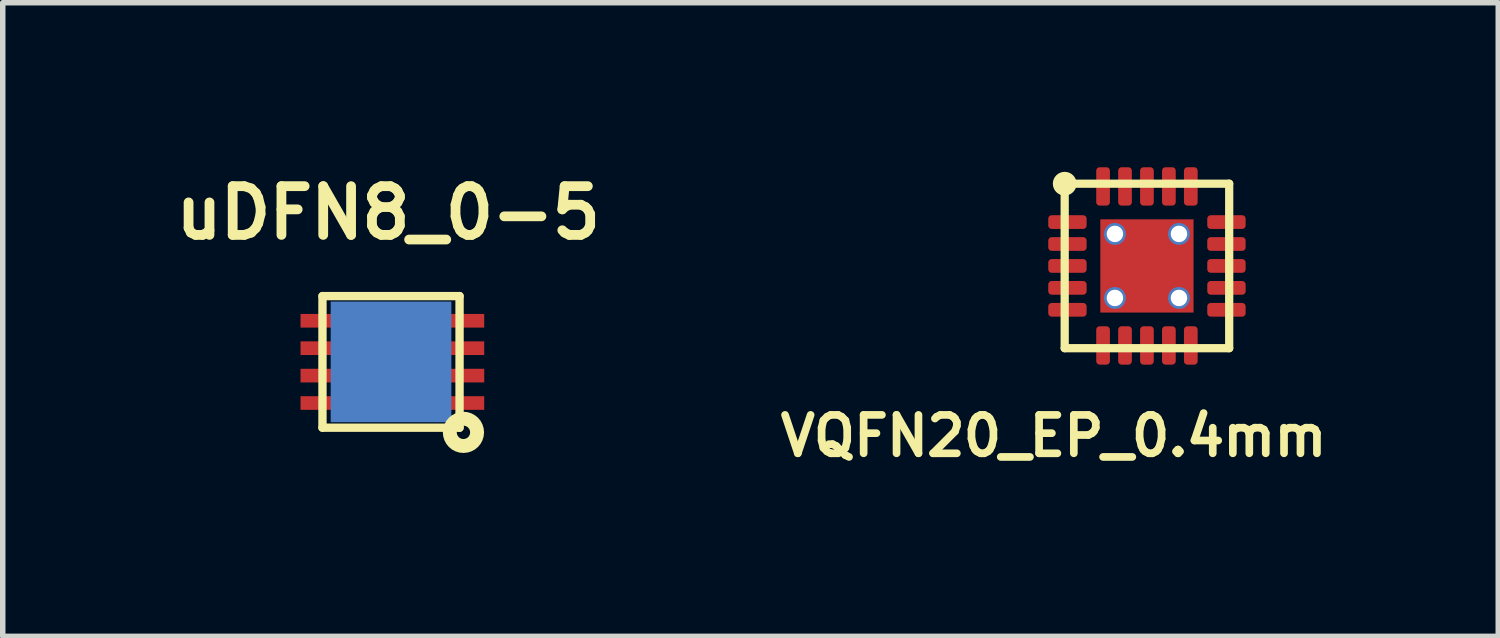
<source format=kicad_pcb>
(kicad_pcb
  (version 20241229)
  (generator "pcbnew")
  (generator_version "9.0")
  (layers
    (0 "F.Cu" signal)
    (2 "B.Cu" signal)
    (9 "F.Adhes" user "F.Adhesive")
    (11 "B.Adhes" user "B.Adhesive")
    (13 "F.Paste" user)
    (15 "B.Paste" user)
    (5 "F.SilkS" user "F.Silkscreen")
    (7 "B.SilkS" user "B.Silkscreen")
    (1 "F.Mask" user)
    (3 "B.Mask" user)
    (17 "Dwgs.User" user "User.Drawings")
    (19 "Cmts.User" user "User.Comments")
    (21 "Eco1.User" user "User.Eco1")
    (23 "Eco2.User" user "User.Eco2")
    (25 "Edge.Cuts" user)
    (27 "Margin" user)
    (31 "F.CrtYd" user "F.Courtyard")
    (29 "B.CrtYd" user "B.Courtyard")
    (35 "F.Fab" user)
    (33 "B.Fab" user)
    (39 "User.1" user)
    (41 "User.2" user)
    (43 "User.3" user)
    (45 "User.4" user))
  (footprint "uDFN8_0-5"
    (layer "F.Cu")
    (at 4.081 3.55)
    (property "Reference" "uDFN8_0-5" (at -0.051 -2.718 0) (layer "F.SilkS") (effects (font (size 0.889 0.889) (thickness 0.178))))
    (attr smd)
    (fp_line (start -1.25 -1.2) (end -1.25 1.2) (stroke (width 0.152) (type solid)) (layer "F.SilkS"))
    (fp_line (start -1.25 1.2) (end 1.25 1.2) (stroke (width 0.152) (type solid)) (layer "F.SilkS"))
    (fp_line (start 1.25 -1.2) (end -1.25 -1.2) (stroke (width 0.152) (type solid)) (layer "F.SilkS"))
    (fp_line (start 1.25 1.2) (end 1.25 -1.2) (stroke (width 0.152) (type solid)) (layer "F.SilkS"))
    (fp_circle (center 1.321 1.285) (end 1.194 1.499) (stroke (width 0.254) (type solid)) (fill no) (layer "F.SilkS"))
    (pad "" smd oval (at -0.23 -0.4) (size 0.3 0.6) (layers "F.Paste"))
    (pad "" smd oval (at -0.23 0.4) (size 0.3 0.6) (layers "F.Paste"))
    (pad "" smd oval (at 0.23 -0.4) (size 0.3 0.6) (layers "F.Paste"))
    (pad "" smd oval (at 0.23 0.4) (size 0.3 0.6) (layers "F.Paste"))
    (pad "1" smd rect (at 1.15 0.75) (size 1 0.249) (drill (offset 0.05 0)) (layers "F.Cu" "F.Mask" "F.Paste"))
    (pad "2" smd rect (at 1.15 0.25) (size 1 0.249) (drill (offset 0.05 0)) (layers "F.Cu" "F.Mask" "F.Paste"))
    (pad "3" smd rect (at 1.15 -0.25) (size 1 0.249) (drill (offset 0.05 0)) (layers "F.Cu" "F.Mask" "F.Paste"))
    (pad "4" smd rect (at 1.15 -0.75) (size 1 0.249) (drill (offset 0.05 0)) (layers "F.Cu" "F.Mask" "F.Paste"))
    (pad "5" smd rect (at -1.15 -0.75) (size 1 0.249) (layers "F.Cu" "F.Mask" "F.Paste"))
    (pad "6" smd rect (at -1.15 -0.25) (size 1 0.249) (layers "F.Cu" "F.Mask" "F.Paste"))
    (pad "7" smd rect (at -1.15 0.25) (size 1 0.249) (layers "F.Cu" "F.Mask" "F.Paste"))
    (pad "8" smd rect (at -1.15 0.75) (size 1 0.249) (layers "F.Cu" "F.Mask" "F.Paste"))
    (pad "9" smd rect (at 0 0) (size 0.9 1.5) (layers "F.Cu" "F.Mask"))
    (pad "9" smd rect (at 0 0) (size 2.2 2.2) (layers "B.Cu" "B.Mask")))
  (footprint "VQFN20_EP_0.4mm"
    (layer "F.Cu")
    (at 17.867 1.8)
    (property "Reference" "VQFN20_EP_0.4mm" (at -1.7 3.1 0) (layer "F.SilkS") (effects (font (size 0.7 0.7) (thickness 0.14))))
    (attr smd)
    (fp_line (start -1.5 -1.5) (end -1.5 1.5) (stroke (width 0.15) (type solid)) (layer "F.SilkS"))
    (fp_line (start -1.5 1.5) (end 1.5 1.5) (stroke (width 0.15) (type solid)) (layer "F.SilkS"))
    (fp_line (start 1.5 -1.5) (end -1.5 -1.5) (stroke (width 0.15) (type solid)) (layer "F.SilkS"))
    (fp_line (start 1.5 1.5) (end 1.5 -1.5) (stroke (width 0.15) (type solid)) (layer "F.SilkS"))
    (fp_circle (center -1.5 -1.5) (end -1.51 -1.36) (stroke (width 0.152) (type solid)) (fill no) (layer "F.SilkS"))
    (pad "" smd circle (at 0 -0.6 270) (size 0.5 0.5) (layers "F.Paste"))
    (pad "" smd roundrect (at 0 0) (size 1.6 0.45) (layers "F.Paste") (roundrect_rratio 0.12))
    (pad "" smd circle (at 0 0.6 270) (size 0.5 0.5) (layers "F.Paste"))
    (pad "1" smd roundrect (at -1.45 -0.8) (size 0.7 0.25) (layers "F.Cu" "F.Mask" "F.Paste") (roundrect_rratio 0.25))
    (pad "2" smd roundrect (at -1.45 -0.4) (size 0.7 0.25) (layers "F.Cu" "F.Mask" "F.Paste") (roundrect_rratio 0.25))
    (pad "3" smd roundrect (at -1.45 0) (size 0.7 0.25) (layers "F.Cu" "F.Mask" "F.Paste") (roundrect_rratio 0.25))
    (pad "4" smd roundrect (at -1.45 0.4) (size 0.7 0.25) (layers "F.Cu" "F.Mask" "F.Paste") (roundrect_rratio 0.25))
    (pad "5" smd roundrect (at -1.45 0.8) (size 0.7 0.25) (layers "F.Cu" "F.Mask" "F.Paste") (roundrect_rratio 0.25))
    (pad "6" smd roundrect (at -0.8 1.45) (size 0.25 0.7) (layers "F.Cu" "F.Mask" "F.Paste") (roundrect_rratio 0.25))
    (pad "7" smd roundrect (at -0.4 1.45) (size 0.25 0.7) (layers "F.Cu" "F.Mask" "F.Paste") (roundrect_rratio 0.25))
    (pad "8" smd roundrect (at 0 1.45) (size 0.25 0.7) (layers "F.Cu" "F.Mask" "F.Paste") (roundrect_rratio 0.25))
    (pad "9" smd roundrect (at 0.4 1.45) (size 0.25 0.7) (layers "F.Cu" "F.Mask" "F.Paste") (roundrect_rratio 0.25))
    (pad "10" smd roundrect (at 0.8 1.45) (size 0.25 0.7) (layers "F.Cu" "F.Mask" "F.Paste") (roundrect_rratio 0.25))
    (pad "11" smd roundrect (at 1.45 0.8) (size 0.7 0.25) (layers "F.Cu" "F.Mask" "F.Paste") (roundrect_rratio 0.25))
    (pad "12" smd roundrect (at 1.45 0.4) (size 0.7 0.25) (layers "F.Cu" "F.Mask" "F.Paste") (roundrect_rratio 0.25))
    (pad "13" smd roundrect (at 1.45 0) (size 0.7 0.25) (layers "F.Cu" "F.Mask" "F.Paste") (roundrect_rratio 0.25))
    (pad "14" smd roundrect (at 1.45 -0.4) (size 0.7 0.25) (layers "F.Cu" "F.Mask" "F.Paste") (roundrect_rratio 0.25))
    (pad "15" smd roundrect (at 1.45 -0.8) (size 0.7 0.25) (layers "F.Cu" "F.Mask" "F.Paste") (roundrect_rratio 0.25))
    (pad "16" smd roundrect (at 0.8 -1.45) (size 0.25 0.7) (layers "F.Cu" "F.Mask" "F.Paste") (roundrect_rratio 0.25))
    (pad "17" smd roundrect (at 0.4 -1.45) (size 0.25 0.7) (layers "F.Cu" "F.Mask" "F.Paste") (roundrect_rratio 0.25))
    (pad "18" smd roundrect (at 0 -1.45) (size 0.25 0.7) (layers "F.Cu" "F.Mask" "F.Paste") (roundrect_rratio 0.25))
    (pad "19" smd roundrect (at -0.4 -1.45) (size 0.25 0.7) (layers "F.Cu" "F.Mask" "F.Paste") (roundrect_rratio 0.25))
    (pad "20" smd roundrect (at -0.8 -1.45) (size 0.25 0.7) (layers "F.Cu" "F.Mask" "F.Paste") (roundrect_rratio 0.25))
    (pad "EP" thru_hole circle (at -0.584 -0.584 90) (size 0.399 0.399) (drill 0.3) (layers "*.Cu"))
    (pad "EP" thru_hole circle (at -0.584 0.584 90) (size 0.399 0.399) (drill 0.3) (layers "*.Cu"))
    (pad "EP" smd rect (at 0 0 270) (size 1.7 1.7) (layers "F.Cu" "F.Mask"))
    (pad "EP" thru_hole circle (at 0.584 -0.584 90) (size 0.399 0.399) (drill 0.3) (layers "*.Cu"))
    (pad "EP" thru_hole circle (at 0.584 0.584 90) (size 0.399 0.399) (drill 0.3) (layers "*.Cu")))
  (gr_rect
    (start -3 -3)
    (end 24.274 8.555)
    (stroke (width 0.1) (type default))
    (fill no)
    (layer "Edge.Cuts")))
</source>
